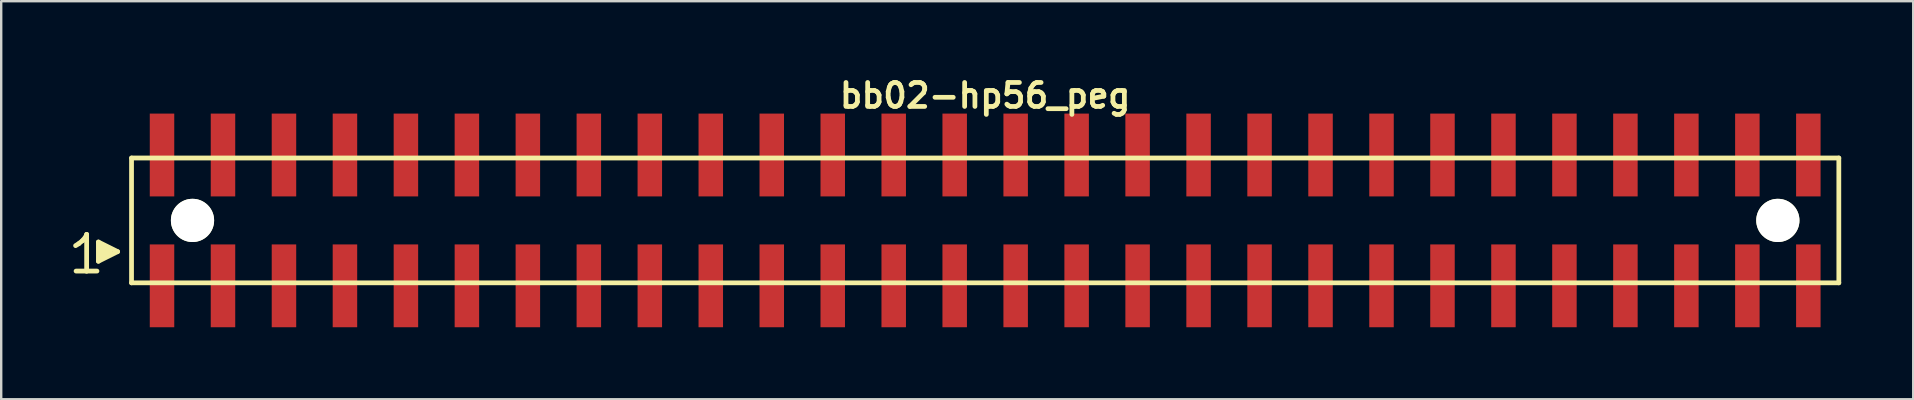
<source format=kicad_pcb>
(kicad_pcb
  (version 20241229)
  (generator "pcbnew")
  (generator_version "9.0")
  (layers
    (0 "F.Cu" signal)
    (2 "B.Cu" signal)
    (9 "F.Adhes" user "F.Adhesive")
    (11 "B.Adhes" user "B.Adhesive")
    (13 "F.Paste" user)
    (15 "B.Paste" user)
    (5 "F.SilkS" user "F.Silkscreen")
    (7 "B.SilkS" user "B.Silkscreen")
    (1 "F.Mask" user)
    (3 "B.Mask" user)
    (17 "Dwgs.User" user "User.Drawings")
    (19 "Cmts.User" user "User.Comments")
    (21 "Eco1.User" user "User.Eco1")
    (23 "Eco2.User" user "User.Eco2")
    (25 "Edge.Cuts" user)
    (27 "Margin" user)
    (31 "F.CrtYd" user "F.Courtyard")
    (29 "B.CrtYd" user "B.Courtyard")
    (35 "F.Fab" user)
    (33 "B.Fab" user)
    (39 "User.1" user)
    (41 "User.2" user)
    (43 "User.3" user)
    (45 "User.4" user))
  (footprint "bb02-hp56_peg"
    (layer "F.Cu")
    (at 37.989 6.132)
    (property "Reference" "bb02-hp56_peg" (at 0 -5.2 0) (layer "F.SilkS") (effects (font (size 0.998 0.998) (thickness 0.198))))
    (attr through_hole)
    (fp_line (start -37.89 1.05) (end -37.76 0.97) (stroke (width 0.198) (type solid)) (layer "F.SilkS"))
    (fp_line (start -37.76 0.97) (end -37.6 0.84) (stroke (width 0.198) (type solid)) (layer "F.SilkS"))
    (fp_line (start -37.6 0.84) (end -37.46 0.67) (stroke (width 0.198) (type solid)) (layer "F.SilkS"))
    (fp_line (start -37.46 0.67) (end -37.43 0.58) (stroke (width 0.198) (type solid)) (layer "F.SilkS"))
    (fp_line (start -37.43 0.58) (end -37.43 2.11) (stroke (width 0.198) (type solid)) (layer "F.SilkS"))
    (fp_line (start -37.43 2.11) (end -37.87 2.11) (stroke (width 0.198) (type solid)) (layer "F.SilkS"))
    (fp_line (start -37 2.11) (end -37.44 2.11) (stroke (width 0.198) (type solid)) (layer "F.SilkS"))
    (fp_line (start -36.94 0.9) (end -36.14 1.3) (stroke (width 0.198) (type solid)) (layer "F.SilkS"))
    (fp_line (start -36.94 1.7) (end -36.94 0.9) (stroke (width 0.198) (type solid)) (layer "F.SilkS"))
    (fp_line (start -36.84 1.6) (end -36.84 1) (stroke (width 0.198) (type solid)) (layer "F.SilkS"))
    (fp_line (start -36.74 1.1) (end -36.74 1.5) (stroke (width 0.198) (type solid)) (layer "F.SilkS"))
    (fp_line (start -36.64 1.5) (end -36.64 1.1) (stroke (width 0.198) (type solid)) (layer "F.SilkS"))
    (fp_line (start -36.54 1.2) (end -36.54 1.4) (stroke (width 0.198) (type solid)) (layer "F.SilkS"))
    (fp_line (start -36.44 1.4) (end -36.44 1.2) (stroke (width 0.198) (type solid)) (layer "F.SilkS"))
    (fp_line (start -36.14 1.3) (end -36.94 1.7) (stroke (width 0.198) (type solid)) (layer "F.SilkS"))
    (fp_line (start -35.56 -2.6) (end -35.56 2.6) (stroke (width 0.198) (type solid)) (layer "F.SilkS"))
    (fp_line (start -35.56 -2.6) (end 35.56 -2.6) (stroke (width 0.198) (type solid)) (layer "F.SilkS"))
    (fp_line (start 35.56 2.6) (end -35.56 2.6) (stroke (width 0.198) (type solid)) (layer "F.SilkS"))
    (fp_line (start 35.56 2.6) (end 35.56 -2.6) (stroke (width 0.198) (type solid)) (layer "F.SilkS"))
    (pad "" np_thru_hole circle (at -33.02 0) (size 1.8 1.8) (drill 1.8) (layers "*.Cu" "*.Mask" "F.SilkS"))
    (pad "" np_thru_hole circle (at 33.02 0) (size 1.8 1.8) (drill 1.8) (layers "*.Cu" "*.Mask" "F.SilkS"))
    (pad "1" smd rect (at -34.29 2.725) (size 1.02 3.45) (layers "F.Cu" "F.Mask" "F.Paste"))
    (pad "2" smd rect (at -34.29 -2.725) (size 1.02 3.45) (layers "F.Cu" "F.Mask" "F.Paste"))
    (pad "3" smd rect (at -31.75 2.725) (size 1.02 3.45) (layers "F.Cu" "F.Mask" "F.Paste"))
    (pad "4" smd rect (at -31.75 -2.725) (size 1.02 3.45) (layers "F.Cu" "F.Mask" "F.Paste"))
    (pad "5" smd rect (at -29.21 2.725) (size 1.02 3.45) (layers "F.Cu" "F.Mask" "F.Paste"))
    (pad "6" smd rect (at -29.21 -2.725) (size 1.02 3.45) (layers "F.Cu" "F.Mask" "F.Paste"))
    (pad "7" smd rect (at -26.67 2.725) (size 1.02 3.45) (layers "F.Cu" "F.Mask" "F.Paste"))
    (pad "8" smd rect (at -26.67 -2.725) (size 1.02 3.45) (layers "F.Cu" "F.Mask" "F.Paste"))
    (pad "9" smd rect (at -24.13 2.725) (size 1.02 3.45) (layers "F.Cu" "F.Mask" "F.Paste"))
    (pad "10" smd rect (at -24.13 -2.725) (size 1.02 3.45) (layers "F.Cu" "F.Mask" "F.Paste"))
    (pad "11" smd rect (at -21.59 2.725) (size 1.02 3.45) (layers "F.Cu" "F.Mask" "F.Paste"))
    (pad "12" smd rect (at -21.59 -2.725) (size 1.02 3.45) (layers "F.Cu" "F.Mask" "F.Paste"))
    (pad "13" smd rect (at -19.05 2.725) (size 1.02 3.45) (layers "F.Cu" "F.Mask" "F.Paste"))
    (pad "14" smd rect (at -19.05 -2.725) (size 1.02 3.45) (layers "F.Cu" "F.Mask" "F.Paste"))
    (pad "15" smd rect (at -16.51 2.725) (size 1.02 3.45) (layers "F.Cu" "F.Mask" "F.Paste"))
    (pad "16" smd rect (at -16.51 -2.725) (size 1.02 3.45) (layers "F.Cu" "F.Mask" "F.Paste"))
    (pad "17" smd rect (at -13.97 2.725) (size 1.02 3.45) (layers "F.Cu" "F.Mask" "F.Paste"))
    (pad "18" smd rect (at -13.97 -2.725) (size 1.02 3.45) (layers "F.Cu" "F.Mask" "F.Paste"))
    (pad "19" smd rect (at -11.43 2.725) (size 1.02 3.45) (layers "F.Cu" "F.Mask" "F.Paste"))
    (pad "20" smd rect (at -11.43 -2.725) (size 1.02 3.45) (layers "F.Cu" "F.Mask" "F.Paste"))
    (pad "21" smd rect (at -8.89 2.725) (size 1.02 3.45) (layers "F.Cu" "F.Mask" "F.Paste"))
    (pad "22" smd rect (at -8.89 -2.725) (size 1.02 3.45) (layers "F.Cu" "F.Mask" "F.Paste"))
    (pad "23" smd rect (at -6.35 2.725) (size 1.02 3.45) (layers "F.Cu" "F.Mask" "F.Paste"))
    (pad "24" smd rect (at -6.35 -2.725) (size 1.02 3.45) (layers "F.Cu" "F.Mask" "F.Paste"))
    (pad "25" smd rect (at -3.81 2.725) (size 1.02 3.45) (layers "F.Cu" "F.Mask" "F.Paste"))
    (pad "26" smd rect (at -3.81 -2.725) (size 1.02 3.45) (layers "F.Cu" "F.Mask" "F.Paste"))
    (pad "27" smd rect (at -1.27 2.725) (size 1.02 3.45) (layers "F.Cu" "F.Mask" "F.Paste"))
    (pad "28" smd rect (at -1.27 -2.725) (size 1.02 3.45) (layers "F.Cu" "F.Mask" "F.Paste"))
    (pad "29" smd rect (at 1.27 2.725) (size 1.02 3.45) (layers "F.Cu" "F.Mask" "F.Paste"))
    (pad "30" smd rect (at 1.27 -2.725) (size 1.02 3.45) (layers "F.Cu" "F.Mask" "F.Paste"))
    (pad "31" smd rect (at 3.81 2.725) (size 1.02 3.45) (layers "F.Cu" "F.Mask" "F.Paste"))
    (pad "32" smd rect (at 3.81 -2.725) (size 1.02 3.45) (layers "F.Cu" "F.Mask" "F.Paste"))
    (pad "33" smd rect (at 6.35 2.725) (size 1.02 3.45) (layers "F.Cu" "F.Mask" "F.Paste"))
    (pad "34" smd rect (at 6.35 -2.725) (size 1.02 3.45) (layers "F.Cu" "F.Mask" "F.Paste"))
    (pad "35" smd rect (at 8.89 2.725) (size 1.02 3.45) (layers "F.Cu" "F.Mask" "F.Paste"))
    (pad "36" smd rect (at 8.89 -2.725) (size 1.02 3.45) (layers "F.Cu" "F.Mask" "F.Paste"))
    (pad "37" smd rect (at 11.43 2.725) (size 1.02 3.45) (layers "F.Cu" "F.Mask" "F.Paste"))
    (pad "38" smd rect (at 11.43 -2.725) (size 1.02 3.45) (layers "F.Cu" "F.Mask" "F.Paste"))
    (pad "39" smd rect (at 13.97 2.725) (size 1.02 3.45) (layers "F.Cu" "F.Mask" "F.Paste"))
    (pad "40" smd rect (at 13.97 -2.725) (size 1.02 3.45) (layers "F.Cu" "F.Mask" "F.Paste"))
    (pad "41" smd rect (at 16.51 2.725) (size 1.02 3.45) (layers "F.Cu" "F.Mask" "F.Paste"))
    (pad "42" smd rect (at 16.51 -2.725) (size 1.02 3.45) (layers "F.Cu" "F.Mask" "F.Paste"))
    (pad "43" smd rect (at 19.05 2.725) (size 1.02 3.45) (layers "F.Cu" "F.Mask" "F.Paste"))
    (pad "44" smd rect (at 19.05 -2.725) (size 1.02 3.45) (layers "F.Cu" "F.Mask" "F.Paste"))
    (pad "45" smd rect (at 21.59 2.725) (size 1.02 3.45) (layers "F.Cu" "F.Mask" "F.Paste"))
    (pad "46" smd rect (at 21.59 -2.725) (size 1.02 3.45) (layers "F.Cu" "F.Mask" "F.Paste"))
    (pad "47" smd rect (at 24.13 2.725) (size 1.02 3.45) (layers "F.Cu" "F.Mask" "F.Paste"))
    (pad "48" smd rect (at 24.13 -2.725) (size 1.02 3.45) (layers "F.Cu" "F.Mask" "F.Paste"))
    (pad "49" smd rect (at 26.67 2.725) (size 1.02 3.45) (layers "F.Cu" "F.Mask" "F.Paste"))
    (pad "50" smd rect (at 26.67 -2.725) (size 1.02 3.45) (layers "F.Cu" "F.Mask" "F.Paste"))
    (pad "51" smd rect (at 29.21 2.725) (size 1.02 3.45) (layers "F.Cu" "F.Mask" "F.Paste"))
    (pad "52" smd rect (at 29.21 -2.725) (size 1.02 3.45) (layers "F.Cu" "F.Mask" "F.Paste"))
    (pad "53" smd rect (at 31.75 2.725) (size 1.02 3.45) (layers "F.Cu" "F.Mask" "F.Paste"))
    (pad "54" smd rect (at 31.75 -2.725) (size 1.02 3.45) (layers "F.Cu" "F.Mask" "F.Paste"))
    (pad "55" smd rect (at 34.29 2.725) (size 1.02 3.45) (layers "F.Cu" "F.Mask" "F.Paste"))
    (pad "56" smd rect (at 34.29 -2.725) (size 1.02 3.45) (layers "F.Cu" "F.Mask" "F.Paste")))
  (gr_rect
    (start -3 -3)
    (end 76.648 13.582)
    (stroke (width 0.1) (type default))
    (fill no)
    (layer "Edge.Cuts")))
</source>
